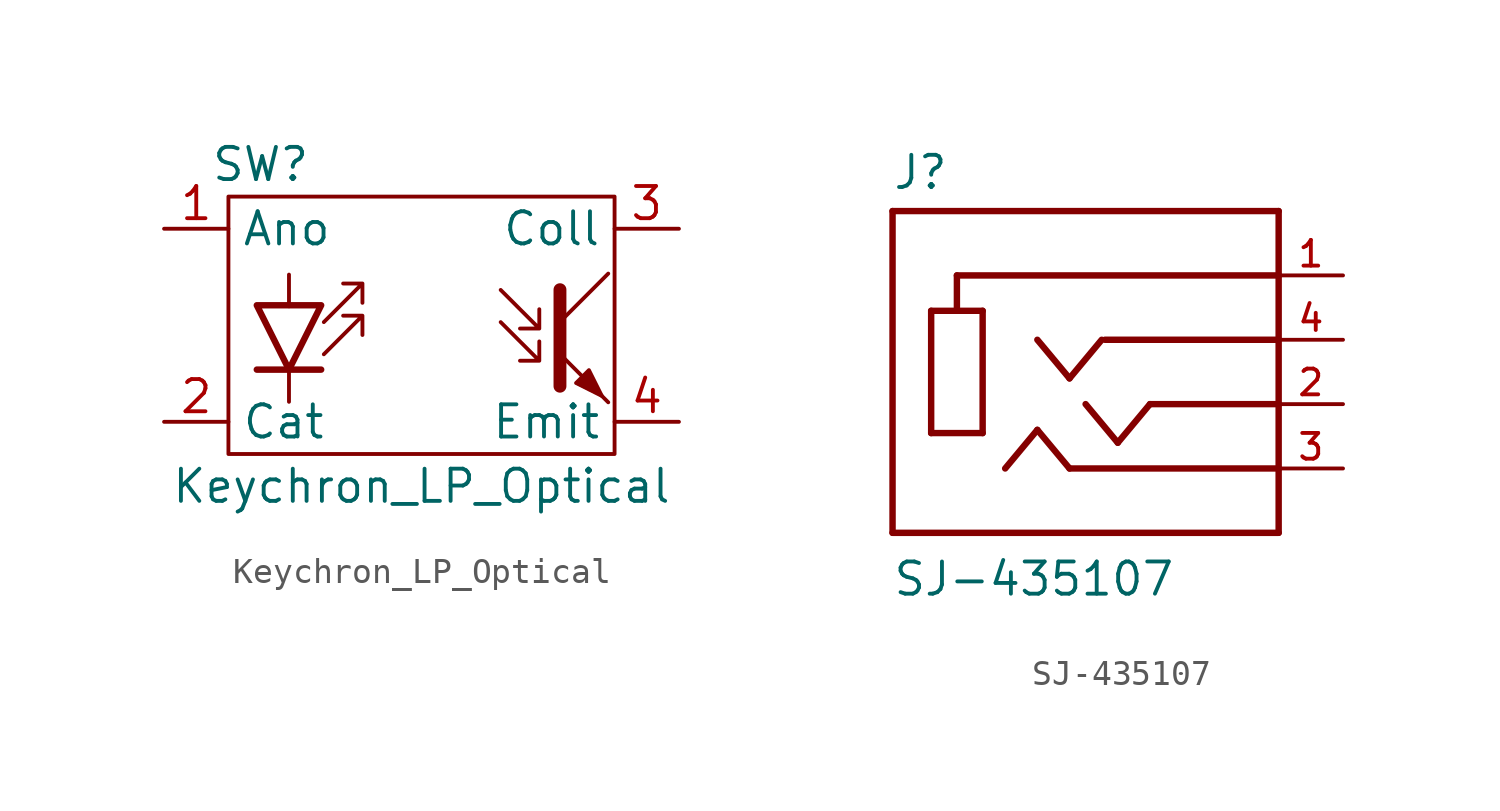
<source format=kicad_sym>
(kicad_symbol_lib
  (version 20211014)
  (generator kicad_symbol_editor)
  (symbol "Keychron_LP_Optical"
    (property "Reference" "SW"
      (at -6.35 7.62 0)
      (effects (font (size 1.27 1.27))))
    (property "Value" "Keychron_LP_Optical"
      (at 0 -5.08 0)
      (effects (font (size 1.27 1.27))))
    (symbol "Keychron_LP_Optical_0_1"
      (rectangle (start -7.62 6.35) (end 7.62 -3.81) (stroke (width 0) (type default) (color 0 0 0 0)) (fill (type none)))
      (polyline (pts (xy -5.23 -0.48) (xy -5.23 -1.75)) (stroke (width 0) (type default) (color 0 0 0 0)) (fill (type none)))
      (polyline (pts (xy -5.23 3.27) (xy -5.23 2.02)) (stroke (width 0) (type default) (color 0 0 0 0)) (fill (type none)))
      (polyline (pts (xy -3.96 -0.48) (xy -6.5 -0.48)) (stroke (width 0.254) (type default) (color 0 0 0 0)) (fill (type none)))
      (polyline (pts (xy 5.465 1.405) (xy 7.37 3.31)) (stroke (width 0) (type default) (color 0 0 0 0)) (fill (type none)))
      (polyline (pts (xy 5.465 0.135) (xy 7.37 -1.77) (xy 7.37 -1.77)) (stroke (width 0) (type default) (color 0 0 0 0)) (fill (type none)))
      (polyline (pts (xy 5.465 2.675) (xy 5.465 -1.135) (xy 5.465 -1.135)) (stroke (width 0.508) (type default) (color 0 0 0 0)) (fill (type none)))
      (polyline (pts (xy -3.96 2.06) (xy -6.5 2.06) (xy -5.23 -0.48) (xy -3.96 2.06)) (stroke (width 0.254) (type default) (color 0 0 0 0)) (fill (type none)))
      (polyline (pts (xy -3.855 0.125) (xy -2.331 1.649) (xy -2.331 0.887) (xy -2.331 1.649) (xy -3.093 1.649)) (stroke (width 0) (type default) (color 0 0 0 0)) (fill (type none)))
      (polyline (pts (xy -3.855 1.395) (xy -2.331 2.919) (xy -2.331 2.157) (xy -2.331 2.919) (xy -3.093 2.919)) (stroke (width 0) (type default) (color 0 0 0 0)) (fill (type none)))
      (polyline (pts (xy 3.125 1.395) (xy 4.649 -0.129) (xy 4.649 0.633) (xy 4.649 -0.129) (xy 3.887 -0.129)) (stroke (width 0) (type default) (color 0 0 0 0)) (fill (type none)))
      (polyline (pts (xy 3.125 2.665) (xy 4.649 1.141) (xy 4.649 1.903) (xy 4.649 1.141) (xy 3.887 1.141)) (stroke (width 0) (type default) (color 0 0 0 0)) (fill (type none)))
      (polyline (pts (xy 6.1 -1.008) (xy 6.608 -0.5) (xy 7.116 -1.516) (xy 6.1 -1.008) (xy 6.1 -1.008)) (stroke (width 0) (type default) (color 0 0 0 0)) (fill (type outline))))
    (symbol "Keychron_LP_Optical_1_1"
      (pin passive line (at -10.16 5.08 0) (length 2.54) (name "Ano" (effects (font (size 1.27 1.27)))) (number "1" (effects (font (size 1.27 1.27)))))
      (pin passive line (at -10.16 -2.54 0) (length 2.54) (name "Cat" (effects (font (size 1.27 1.27)))) (number "2" (effects (font (size 1.27 1.27)))))
      (pin passive line (at 10.16 5.08 180) (length 2.54) (name "Coll" (effects (font (size 1.27 1.27)))) (number "3" (effects (font (size 1.27 1.27)))))
      (pin passive line (at 10.16 -2.54 180) (length 2.54) (name "Emit" (effects (font (size 1.27 1.27)))) (number "4" (effects (font (size 1.27 1.27)))))))
  (symbol "SJ-435107"
    (pin_names
      (offset 1.016) hide)
    (property "Reference" "J"
      (at -7.645 8.407 0)
      (effects (font (size 1.27 1.27)) (justify left bottom)))
    (property "Value" "SJ-435107"
      (at -7.645 -7.645 0)
      (effects (font (size 1.27 1.27)) (justify left bottom)))
    (symbol "SJ-435107_0_0"
      (polyline (pts (xy -7.62 -5.08) (xy -7.62 7.62)) (stroke (width 0.254) (type default) (color 0 0 0 0)) (fill (type none)))
      (polyline (pts (xy -7.62 7.62) (xy 7.62 7.62)) (stroke (width 0.254) (type default) (color 0 0 0 0)) (fill (type none)))
      (polyline (pts (xy -6.096 -1.143) (xy -4.064 -1.143)) (stroke (width 0.254) (type default) (color 0 0 0 0)) (fill (type none)))
      (polyline (pts (xy -6.096 3.683) (xy -6.096 -1.143)) (stroke (width 0.254) (type default) (color 0 0 0 0)) (fill (type none)))
      (polyline (pts (xy -5.08 3.81) (xy -5.08 5.08)) (stroke (width 0.254) (type default) (color 0 0 0 0)) (fill (type none)))
      (polyline (pts (xy -5.08 5.08) (xy 7.62 5.08)) (stroke (width 0.254) (type default) (color 0 0 0 0)) (fill (type none)))
      (polyline (pts (xy -4.064 -1.143) (xy -4.064 3.683)) (stroke (width 0.254) (type default) (color 0 0 0 0)) (fill (type none)))
      (polyline (pts (xy -4.064 3.683) (xy -6.096 3.683)) (stroke (width 0.254) (type default) (color 0 0 0 0)) (fill (type none)))
      (polyline (pts (xy -3.175 -2.54) (xy -1.905 -1.016)) (stroke (width 0.254) (type default) (color 0 0 0 0)) (fill (type none)))
      (polyline (pts (xy -1.905 -1.016) (xy -0.635 -2.54)) (stroke (width 0.254) (type default) (color 0 0 0 0)) (fill (type none)))
      (polyline (pts (xy -0.635 -2.54) (xy 7.62 -2.54)) (stroke (width 0.254) (type default) (color 0 0 0 0)) (fill (type none)))
      (polyline (pts (xy -0.635 1.016) (xy -1.905 2.54)) (stroke (width 0.254) (type default) (color 0 0 0 0)) (fill (type none)))
      (polyline (pts (xy 0 0) (xy 1.27 -1.524)) (stroke (width 0.254) (type default) (color 0 0 0 0)) (fill (type none)))
      (polyline (pts (xy 0.635 2.54) (xy -0.635 1.016)) (stroke (width 0.254) (type default) (color 0 0 0 0)) (fill (type none)))
      (polyline (pts (xy 1.27 -1.524) (xy 2.54 0)) (stroke (width 0.254) (type default) (color 0 0 0 0)) (fill (type none)))
      (polyline (pts (xy 2.54 0) (xy 7.62 0)) (stroke (width 0.254) (type default) (color 0 0 0 0)) (fill (type none)))
      (polyline (pts (xy 7.62 -5.08) (xy -7.62 -5.08)) (stroke (width 0.254) (type default) (color 0 0 0 0)) (fill (type none)))
      (polyline (pts (xy 7.62 -2.54) (xy 7.62 -5.08)) (stroke (width 0.254) (type default) (color 0 0 0 0)) (fill (type none)))
      (polyline (pts (xy 7.62 0) (xy 7.62 -2.54)) (stroke (width 0.254) (type default) (color 0 0 0 0)) (fill (type none)))
      (polyline (pts (xy 7.62 2.54) (xy 0.762 2.54)) (stroke (width 0.254) (type default) (color 0 0 0 0)) (fill (type none)))
      (polyline (pts (xy 7.62 5.08) (xy 7.62 0)) (stroke (width 0.254) (type default) (color 0 0 0 0)) (fill (type none)))
      (polyline (pts (xy 7.62 5.08) (xy 7.62 7.62)) (stroke (width 0.254) (type default) (color 0 0 0 0)) (fill (type none)))
      (pin passive line (at 10.16 5.08 180) (length 2.54) (name "~" (effects (font (size 1.016 1.016)))) (number "1" (effects (font (size 1.016 1.016)))))
      (pin passive line (at 10.16 0 180) (length 2.54) (name "~" (effects (font (size 1.016 1.016)))) (number "2" (effects (font (size 1.016 1.016)))))
      (pin passive line (at 10.16 -2.54 180) (length 2.54) (name "~" (effects (font (size 1.016 1.016)))) (number "3" (effects (font (size 1.016 1.016)))))
      (pin passive line (at 10.16 2.54 180) (length 2.54) (name "~" (effects (font (size 1.016 1.016)))) (number "4" (effects (font (size 1.016 1.016))))))))
</source>
